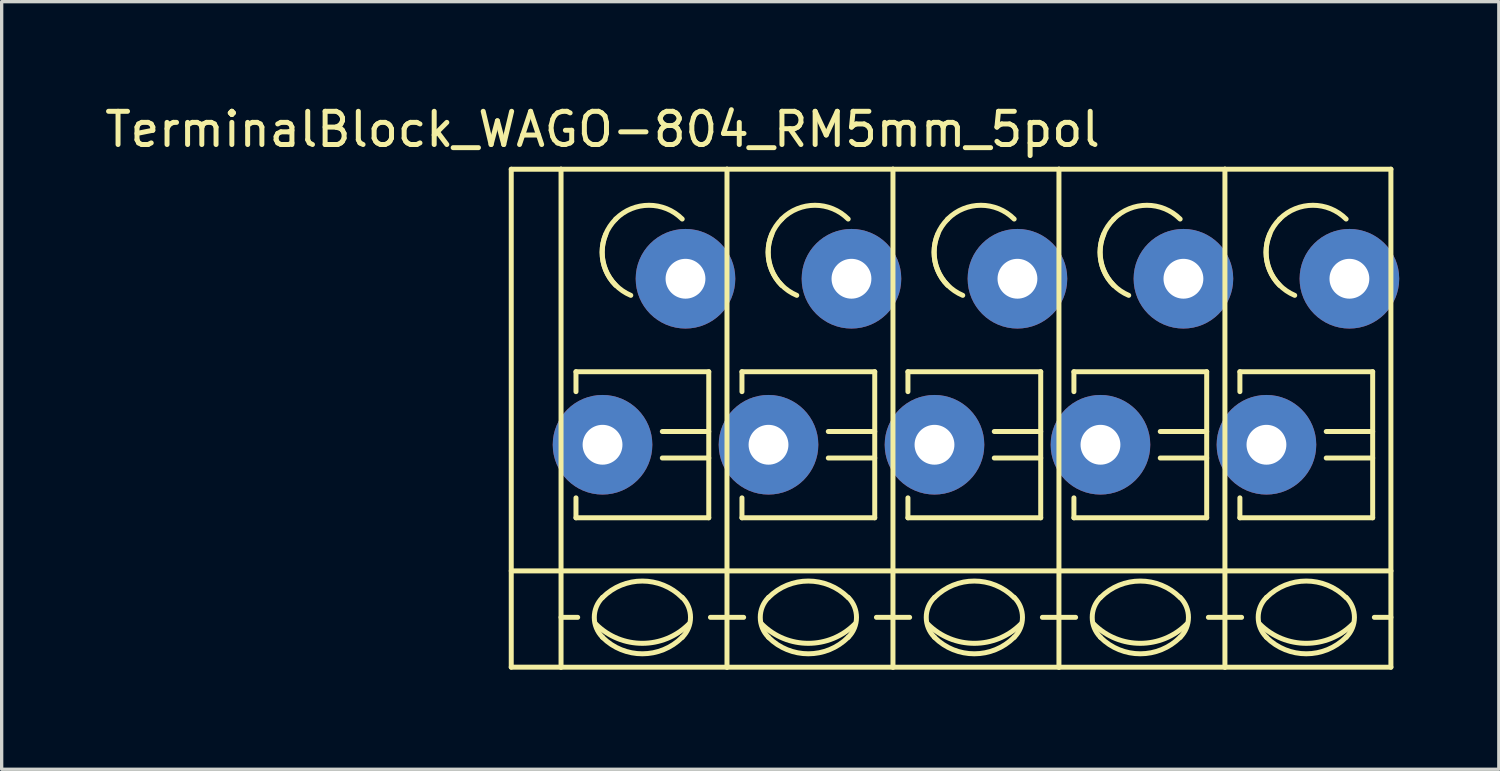
<source format=kicad_pcb>
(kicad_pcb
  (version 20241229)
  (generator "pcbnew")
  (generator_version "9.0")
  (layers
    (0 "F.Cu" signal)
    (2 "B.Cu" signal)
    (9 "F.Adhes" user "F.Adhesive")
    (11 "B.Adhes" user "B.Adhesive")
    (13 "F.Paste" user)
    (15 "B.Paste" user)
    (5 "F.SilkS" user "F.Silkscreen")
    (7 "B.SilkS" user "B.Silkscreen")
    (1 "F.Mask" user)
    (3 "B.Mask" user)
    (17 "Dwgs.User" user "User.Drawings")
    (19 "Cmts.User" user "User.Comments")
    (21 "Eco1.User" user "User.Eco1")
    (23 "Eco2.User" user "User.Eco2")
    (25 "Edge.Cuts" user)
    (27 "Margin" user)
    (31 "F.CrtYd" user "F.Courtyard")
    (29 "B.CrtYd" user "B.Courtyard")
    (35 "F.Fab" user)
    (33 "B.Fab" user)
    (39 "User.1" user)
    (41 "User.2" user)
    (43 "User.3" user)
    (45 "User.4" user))
  (footprint "TerminalBlock_WAGO-804_RM5mm_5pol"
    (layer "F.Cu")
    (at 15.101 10.348)
    (property "Reference" "TerminalBlock_WAGO-804_RM5mm_5pol" (at 0 -9.5 0) (layer "F.SilkS") (effects (font (size 1 1) (thickness 0.15))))
    (attr through_hole)
    (fp_line (start -2.75 -8.3) (end -1.25 -8.3) (stroke (width 0.15) (type solid)) (layer "F.SilkS"))
    (fp_line (start -2.75 6.7) (end -2.75 -8.3) (stroke (width 0.15) (type solid)) (layer "F.SilkS"))
    (fp_line (start -1.25 6.7) (end -2.75 6.7) (stroke (width 0.15) (type solid)) (layer "F.SilkS"))
    (fp_line (start -1.25 5.199) (end -0.749 5.199) (stroke (width 0.15) (type solid)) (layer "F.SilkS"))
    (fp_line (start -1.25 6.701) (end -1.25 -8.301) (stroke (width 0.15) (type solid)) (layer "F.SilkS"))
    (fp_line (start -0.8 -2.2) (end -0.8 -1.6) (stroke (width 0.15) (type solid)) (layer "F.SilkS"))
    (fp_line (start -0.8 -2.2) (end 3.2 -2.2) (stroke (width 0.15) (type solid)) (layer "F.SilkS"))
    (fp_line (start -0.8 2.2) (end -0.8 1.6) (stroke (width 0.15) (type solid)) (layer "F.SilkS"))
    (fp_line (start 3.2 -2.2) (end 3.2 2.2) (stroke (width 0.15) (type solid)) (layer "F.SilkS"))
    (fp_line (start 3.2 -0.399) (end 1.801 -0.399) (stroke (width 0.15) (type solid)) (layer "F.SilkS"))
    (fp_line (start 3.2 0.399) (end 1.801 0.399) (stroke (width 0.15) (type solid)) (layer "F.SilkS"))
    (fp_line (start 3.2 2.2) (end -0.8 2.2) (stroke (width 0.15) (type solid)) (layer "F.SilkS"))
    (fp_line (start 3.749 -8.301) (end -1.25 -8.301) (stroke (width 0.15) (type solid)) (layer "F.SilkS"))
    (fp_line (start 3.749 -8.301) (end 3.749 6.701) (stroke (width 0.15) (type solid)) (layer "F.SilkS"))
    (fp_line (start 3.749 5.199) (end 3.251 5.199) (stroke (width 0.15) (type solid)) (layer "F.SilkS"))
    (fp_line (start 3.749 6.701) (end -1.25 6.701) (stroke (width 0.15) (type solid)) (layer "F.SilkS"))
    (fp_line (start 3.75 3.8) (end -2.75 3.8) (stroke (width 0.15) (type solid)) (layer "F.SilkS"))
    (fp_line (start 3.75 3.8) (end 8.75 3.8) (stroke (width 0.15) (type solid)) (layer "F.SilkS"))
    (fp_line (start 3.75 5.199) (end 4.251 5.199) (stroke (width 0.15) (type solid)) (layer "F.SilkS"))
    (fp_line (start 4.2 -2.2) (end 4.2 -1.6) (stroke (width 0.15) (type solid)) (layer "F.SilkS"))
    (fp_line (start 4.2 -2.2) (end 8.2 -2.2) (stroke (width 0.15) (type solid)) (layer "F.SilkS"))
    (fp_line (start 4.2 2.2) (end 4.2 1.6) (stroke (width 0.15) (type solid)) (layer "F.SilkS"))
    (fp_line (start 8.2 -2.2) (end 8.2 2.2) (stroke (width 0.15) (type solid)) (layer "F.SilkS"))
    (fp_line (start 8.2 -0.399) (end 6.801 -0.399) (stroke (width 0.15) (type solid)) (layer "F.SilkS"))
    (fp_line (start 8.2 0.399) (end 6.801 0.399) (stroke (width 0.15) (type solid)) (layer "F.SilkS"))
    (fp_line (start 8.2 2.2) (end 4.2 2.2) (stroke (width 0.15) (type solid)) (layer "F.SilkS"))
    (fp_line (start 8.749 -8.301) (end 3.75 -8.301) (stroke (width 0.15) (type solid)) (layer "F.SilkS"))
    (fp_line (start 8.749 -8.301) (end 8.749 6.701) (stroke (width 0.15) (type solid)) (layer "F.SilkS"))
    (fp_line (start 8.749 5.199) (end 8.251 5.199) (stroke (width 0.15) (type solid)) (layer "F.SilkS"))
    (fp_line (start 8.749 6.701) (end 3.75 6.701) (stroke (width 0.15) (type solid)) (layer "F.SilkS"))
    (fp_line (start 8.75 3.8) (end 13.75 3.8) (stroke (width 0.15) (type solid)) (layer "F.SilkS"))
    (fp_line (start 8.75 5.199) (end 9.251 5.199) (stroke (width 0.15) (type solid)) (layer "F.SilkS"))
    (fp_line (start 9.2 -2.2) (end 9.2 -1.6) (stroke (width 0.15) (type solid)) (layer "F.SilkS"))
    (fp_line (start 9.2 -2.2) (end 13.2 -2.2) (stroke (width 0.15) (type solid)) (layer "F.SilkS"))
    (fp_line (start 9.2 2.2) (end 9.2 1.6) (stroke (width 0.15) (type solid)) (layer "F.SilkS"))
    (fp_line (start 13.2 -2.2) (end 13.2 2.2) (stroke (width 0.15) (type solid)) (layer "F.SilkS"))
    (fp_line (start 13.2 -0.399) (end 11.801 -0.399) (stroke (width 0.15) (type solid)) (layer "F.SilkS"))
    (fp_line (start 13.2 0.399) (end 11.801 0.399) (stroke (width 0.15) (type solid)) (layer "F.SilkS"))
    (fp_line (start 13.2 2.2) (end 9.2 2.2) (stroke (width 0.15) (type solid)) (layer "F.SilkS"))
    (fp_line (start 13.749 -8.301) (end 8.75 -8.301) (stroke (width 0.15) (type solid)) (layer "F.SilkS"))
    (fp_line (start 13.749 -8.301) (end 13.749 6.701) (stroke (width 0.15) (type solid)) (layer "F.SilkS"))
    (fp_line (start 13.749 5.199) (end 13.251 5.199) (stroke (width 0.15) (type solid)) (layer "F.SilkS"))
    (fp_line (start 13.749 6.701) (end 8.75 6.701) (stroke (width 0.15) (type solid)) (layer "F.SilkS"))
    (fp_line (start 13.75 3.8) (end 18.75 3.8) (stroke (width 0.15) (type solid)) (layer "F.SilkS"))
    (fp_line (start 13.75 5.199) (end 14.251 5.199) (stroke (width 0.15) (type solid)) (layer "F.SilkS"))
    (fp_line (start 14.2 -2.2) (end 14.2 -1.6) (stroke (width 0.15) (type solid)) (layer "F.SilkS"))
    (fp_line (start 14.2 -2.2) (end 18.2 -2.2) (stroke (width 0.15) (type solid)) (layer "F.SilkS"))
    (fp_line (start 14.2 2.2) (end 14.2 1.6) (stroke (width 0.15) (type solid)) (layer "F.SilkS"))
    (fp_line (start 18.2 -2.2) (end 18.2 2.2) (stroke (width 0.15) (type solid)) (layer "F.SilkS"))
    (fp_line (start 18.2 -0.399) (end 16.801 -0.399) (stroke (width 0.15) (type solid)) (layer "F.SilkS"))
    (fp_line (start 18.2 0.399) (end 16.801 0.399) (stroke (width 0.15) (type solid)) (layer "F.SilkS"))
    (fp_line (start 18.2 2.2) (end 14.2 2.2) (stroke (width 0.15) (type solid)) (layer "F.SilkS"))
    (fp_line (start 18.749 -8.301) (end 13.75 -8.301) (stroke (width 0.15) (type solid)) (layer "F.SilkS"))
    (fp_line (start 18.749 -8.301) (end 18.749 6.701) (stroke (width 0.15) (type solid)) (layer "F.SilkS"))
    (fp_line (start 18.749 5.199) (end 18.251 5.199) (stroke (width 0.15) (type solid)) (layer "F.SilkS"))
    (fp_line (start 18.749 6.701) (end 13.75 6.701) (stroke (width 0.15) (type solid)) (layer "F.SilkS"))
    (fp_line (start 18.75 3.8) (end 23.75 3.8) (stroke (width 0.15) (type solid)) (layer "F.SilkS"))
    (fp_line (start 18.75 5.199) (end 19.251 5.199) (stroke (width 0.15) (type solid)) (layer "F.SilkS"))
    (fp_line (start 19.2 -2.2) (end 19.2 -1.6) (stroke (width 0.15) (type solid)) (layer "F.SilkS"))
    (fp_line (start 19.2 -2.2) (end 23.2 -2.2) (stroke (width 0.15) (type solid)) (layer "F.SilkS"))
    (fp_line (start 19.2 2.2) (end 19.2 1.6) (stroke (width 0.15) (type solid)) (layer "F.SilkS"))
    (fp_line (start 23.2 -2.2) (end 23.2 2.2) (stroke (width 0.15) (type solid)) (layer "F.SilkS"))
    (fp_line (start 23.2 -0.399) (end 21.801 -0.399) (stroke (width 0.15) (type solid)) (layer "F.SilkS"))
    (fp_line (start 23.2 0.399) (end 21.801 0.399) (stroke (width 0.15) (type solid)) (layer "F.SilkS"))
    (fp_line (start 23.2 2.2) (end 19.2 2.2) (stroke (width 0.15) (type solid)) (layer "F.SilkS"))
    (fp_line (start 23.749 -8.301) (end 18.75 -8.301) (stroke (width 0.15) (type solid)) (layer "F.SilkS"))
    (fp_line (start 23.749 -8.301) (end 23.749 6.701) (stroke (width 0.15) (type solid)) (layer "F.SilkS"))
    (fp_line (start 23.749 5.199) (end 23.251 5.199) (stroke (width 0.15) (type solid)) (layer "F.SilkS"))
    (fp_line (start 23.749 6.701) (end 18.75 6.701) (stroke (width 0.15) (type solid)) (layer "F.SilkS"))
    (fp_arc (start 0 4.60248) (mid 1.19888 4.105888) (end 2.39776 4.60248) (stroke (width 0.15) (type solid)) (layer "F.SilkS"))
    (fp_arc (start 0 5.79882) (mid -0.248296 5.19938) (end 0 4.59994) (stroke (width 0.15) (type solid)) (layer "F.SilkS"))
    (fp_arc (start 0.39878 -6.79958) (mid 1.39954 -7.214108) (end 2.4003 -6.79958) (stroke (width 0.15) (type solid)) (layer "F.SilkS"))
    (fp_arc (start 0.39878 -4.8006) (mid -0.013952 -5.800616) (end 0.40132 -6.79958) (stroke (width 0.15) (type solid)) (layer "F.SilkS"))
    (fp_arc (start 0.8509 -4.50088) (mid 0.093811 -5.268985) (end 0.1016 -6.34746) (stroke (width 0.15) (type solid)) (layer "F.SilkS"))
    (fp_arc (start 2.4003 5.79882) (mid 1.200676 6.297208) (end 0 5.80136) (stroke (width 0.15) (type solid)) (layer "F.SilkS"))
    (fp_arc (start 2.40284 4.59994) (mid 2.650392 5.201176) (end 2.4003 5.80136) (stroke (width 0.15) (type solid)) (layer "F.SilkS"))
    (fp_arc (start 2.60096 5.40004) (mid 1.200676 5.981545) (end -0.20066 5.40258) (stroke (width 0.15) (type solid)) (layer "F.SilkS"))
    (fp_arc (start 5 4.60248) (mid 6.19888 4.105888) (end 7.39776 4.60248) (stroke (width 0.15) (type solid)) (layer "F.SilkS"))
    (fp_arc (start 5 5.79882) (mid 4.751704 5.19938) (end 5 4.59994) (stroke (width 0.15) (type solid)) (layer "F.SilkS"))
    (fp_arc (start 5.39878 -6.79958) (mid 6.39954 -7.214108) (end 7.4003 -6.79958) (stroke (width 0.15) (type solid)) (layer "F.SilkS"))
    (fp_arc (start 5.39878 -4.8006) (mid 4.986048 -5.800616) (end 5.40132 -6.79958) (stroke (width 0.15) (type solid)) (layer "F.SilkS"))
    (fp_arc (start 5.8509 -4.50088) (mid 5.093811 -5.268985) (end 5.1016 -6.34746) (stroke (width 0.15) (type solid)) (layer "F.SilkS"))
    (fp_arc (start 7.4003 5.79882) (mid 6.200676 6.297208) (end 5 5.80136) (stroke (width 0.15) (type solid)) (layer "F.SilkS"))
    (fp_arc (start 7.40284 4.59994) (mid 7.650392 5.201176) (end 7.4003 5.80136) (stroke (width 0.15) (type solid)) (layer "F.SilkS"))
    (fp_arc (start 7.60096 5.40004) (mid 6.200676 5.981545) (end 4.79934 5.40258) (stroke (width 0.15) (type solid)) (layer "F.SilkS"))
    (fp_arc (start 10 4.60248) (mid 11.19888 4.105888) (end 12.39776 4.60248) (stroke (width 0.15) (type solid)) (layer "F.SilkS"))
    (fp_arc (start 10 5.79882) (mid 9.751704 5.19938) (end 10 4.59994) (stroke (width 0.15) (type solid)) (layer "F.SilkS"))
    (fp_arc (start 10.39878 -6.79958) (mid 11.39954 -7.214108) (end 12.4003 -6.79958) (stroke (width 0.15) (type solid)) (layer "F.SilkS"))
    (fp_arc (start 10.39878 -4.8006) (mid 9.986048 -5.800616) (end 10.40132 -6.79958) (stroke (width 0.15) (type solid)) (layer "F.SilkS"))
    (fp_arc (start 10.8509 -4.50088) (mid 10.093811 -5.268985) (end 10.1016 -6.34746) (stroke (width 0.15) (type solid)) (layer "F.SilkS"))
    (fp_arc (start 12.4003 5.79882) (mid 11.200676 6.297208) (end 10 5.80136) (stroke (width 0.15) (type solid)) (layer "F.SilkS"))
    (fp_arc (start 12.40284 4.59994) (mid 12.650392 5.201176) (end 12.4003 5.80136) (stroke (width 0.15) (type solid)) (layer "F.SilkS"))
    (fp_arc (start 12.60096 5.40004) (mid 11.200676 5.981545) (end 9.79934 5.40258) (stroke (width 0.15) (type solid)) (layer "F.SilkS"))
    (fp_arc (start 15 4.60248) (mid 16.19888 4.105888) (end 17.39776 4.60248) (stroke (width 0.15) (type solid)) (layer "F.SilkS"))
    (fp_arc (start 15 5.79882) (mid 14.751704 5.19938) (end 15 4.59994) (stroke (width 0.15) (type solid)) (layer "F.SilkS"))
    (fp_arc (start 15.39878 -6.79958) (mid 16.39954 -7.214108) (end 17.4003 -6.79958) (stroke (width 0.15) (type solid)) (layer "F.SilkS"))
    (fp_arc (start 15.39878 -4.8006) (mid 14.986048 -5.800616) (end 15.40132 -6.79958) (stroke (width 0.15) (type solid)) (layer "F.SilkS"))
    (fp_arc (start 15.8509 -4.50088) (mid 15.093811 -5.268985) (end 15.1016 -6.34746) (stroke (width 0.15) (type solid)) (layer "F.SilkS"))
    (fp_arc (start 17.4003 5.79882) (mid 16.200676 6.297208) (end 15 5.80136) (stroke (width 0.15) (type solid)) (layer "F.SilkS"))
    (fp_arc (start 17.40284 4.59994) (mid 17.650392 5.201176) (end 17.4003 5.80136) (stroke (width 0.15) (type solid)) (layer "F.SilkS"))
    (fp_arc (start 17.60096 5.40004) (mid 16.200676 5.981545) (end 14.79934 5.40258) (stroke (width 0.15) (type solid)) (layer "F.SilkS"))
    (fp_arc (start 20 4.60248) (mid 21.19888 4.105888) (end 22.39776 4.60248) (stroke (width 0.15) (type solid)) (layer "F.SilkS"))
    (fp_arc (start 20 5.79882) (mid 19.751704 5.19938) (end 20 4.59994) (stroke (width 0.15) (type solid)) (layer "F.SilkS"))
    (fp_arc (start 20.39878 -6.79958) (mid 21.39954 -7.214108) (end 22.4003 -6.79958) (stroke (width 0.15) (type solid)) (layer "F.SilkS"))
    (fp_arc (start 20.39878 -4.8006) (mid 19.986048 -5.800616) (end 20.40132 -6.79958) (stroke (width 0.15) (type solid)) (layer "F.SilkS"))
    (fp_arc (start 20.8509 -4.50088) (mid 20.093811 -5.268985) (end 20.1016 -6.34746) (stroke (width 0.15) (type solid)) (layer "F.SilkS"))
    (fp_arc (start 22.4003 5.79882) (mid 21.200676 6.297208) (end 20 5.80136) (stroke (width 0.15) (type solid)) (layer "F.SilkS"))
    (fp_arc (start 22.40284 4.59994) (mid 22.650392 5.201176) (end 22.4003 5.80136) (stroke (width 0.15) (type solid)) (layer "F.SilkS"))
    (fp_arc (start 22.60096 5.40004) (mid 21.200676 5.981545) (end 19.79934 5.40258) (stroke (width 0.15) (type solid)) (layer "F.SilkS"))
    (pad "1" thru_hole circle (at 0 0) (size 3 3) (drill 1.2) (layers "*.Cu" "*.Mask"))
    (pad "1" thru_hole circle (at 2.499 -5.001) (size 3 3) (drill 1.2) (layers "*.Cu" "*.Mask"))
    (pad "2" thru_hole circle (at 5 0) (size 3 3) (drill 1.2) (layers "*.Cu" "*.Mask"))
    (pad "2" thru_hole circle (at 7.499 -5.001) (size 3 3) (drill 1.2) (layers "*.Cu" "*.Mask"))
    (pad "3" thru_hole circle (at 10 0) (size 3 3) (drill 1.2) (layers "*.Cu" "*.Mask"))
    (pad "3" thru_hole circle (at 12.499 -5.001) (size 3 3) (drill 1.2) (layers "*.Cu" "*.Mask"))
    (pad "4" thru_hole circle (at 15 0) (size 3 3) (drill 1.2) (layers "*.Cu" "*.Mask"))
    (pad "4" thru_hole circle (at 17.499 -5.001) (size 3 3) (drill 1.2) (layers "*.Cu" "*.Mask"))
    (pad "5" thru_hole circle (at 20 0) (size 3 3) (drill 1.2) (layers "*.Cu" "*.Mask"))
    (pad "5" thru_hole circle (at 22.499 -5.001) (size 3 3) (drill 1.2) (layers "*.Cu" "*.Mask")))
  (gr_rect
    (start -3 -3)
    (end 42.101 20.124)
    (stroke (width 0.1) (type default))
    (fill no)
    (layer "Edge.Cuts")))
</source>
